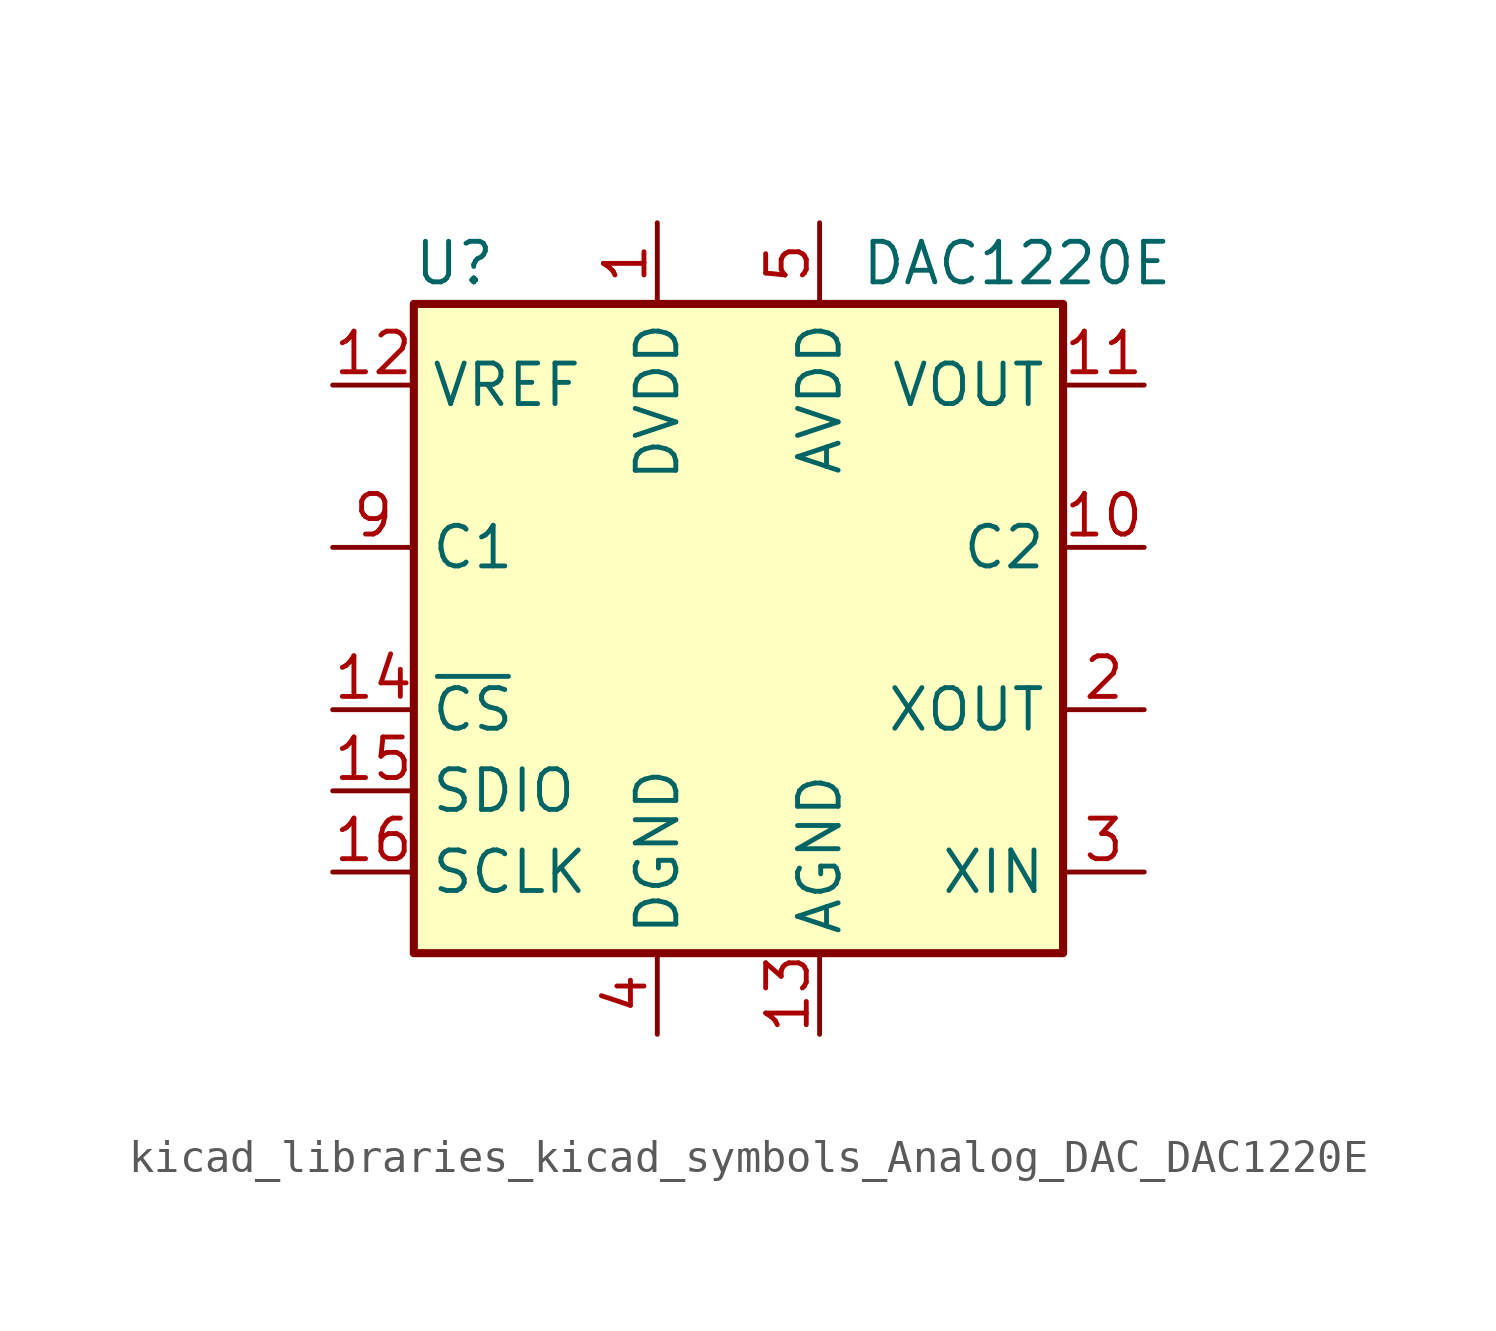
<source format=kicad_sym>
(kicad_symbol_lib
  (version 20220914)
  (generator kicad_symbol_editor)
  (symbol "kicad_libraries_kicad_symbols_Analog_DAC_DAC1220E"
    (property "Reference" "U"
      (at -8.89 11.43 0)
      (effects (font (size 1.27 1.27))))
    (property "Value" "DAC1220E"
      (at 3.81 11.43 0)
      (effects (font (size 1.27 1.27)) (justify left)))
    (symbol "kicad_libraries_kicad_symbols_Analog_DAC_DAC1220E_0_1"
      (rectangle (start -10.16 10.16) (end 10.16 -10.16) (stroke (width 0.254) (type default)) (fill (type background))))
    (symbol "kicad_libraries_kicad_symbols_Analog_DAC_DAC1220E_1_1"
      (pin power_in line (at -2.54 12.7 270) (length 2.54) (name "DVDD" (effects (font (size 1.27 1.27)))) (number "1" (effects (font (size 1.27 1.27)))))
      (pin passive line (at 12.7 2.54 180) (length 2.54) (name "C2" (effects (font (size 1.27 1.27)))) (number "10" (effects (font (size 1.27 1.27)))))
      (pin output line (at 12.7 7.62 180) (length 2.54) (name "VOUT" (effects (font (size 1.27 1.27)))) (number "11" (effects (font (size 1.27 1.27)))))
      (pin input line (at -12.7 7.62 0) (length 2.54) (name "VREF" (effects (font (size 1.27 1.27)))) (number "12" (effects (font (size 1.27 1.27)))))
      (pin power_in line (at 2.54 -12.7 90) (length 2.54) (name "AGND" (effects (font (size 1.27 1.27)))) (number "13" (effects (font (size 1.27 1.27)))))
      (pin input line (at -12.7 -2.54 0) (length 2.54) (name "~{CS}" (effects (font (size 1.27 1.27)))) (number "14" (effects (font (size 1.27 1.27)))))
      (pin bidirectional line (at -12.7 -5.08 0) (length 2.54) (name "SDIO" (effects (font (size 1.27 1.27)))) (number "15" (effects (font (size 1.27 1.27)))))
      (pin input line (at -12.7 -7.62 0) (length 2.54) (name "SCLK" (effects (font (size 1.27 1.27)))) (number "16" (effects (font (size 1.27 1.27)))))
      (pin output line (at 12.7 -2.54 180) (length 2.54) (name "XOUT" (effects (font (size 1.27 1.27)))) (number "2" (effects (font (size 1.27 1.27)))))
      (pin input line (at 12.7 -7.62 180) (length 2.54) (name "XIN" (effects (font (size 1.27 1.27)))) (number "3" (effects (font (size 1.27 1.27)))))
      (pin power_in line (at -2.54 -12.7 90) (length 2.54) (name "DGND" (effects (font (size 1.27 1.27)))) (number "4" (effects (font (size 1.27 1.27)))))
      (pin power_in line (at 2.54 12.7 270) (length 2.54) (name "AVDD" (effects (font (size 1.27 1.27)))) (number "5" (effects (font (size 1.27 1.27)))))
      (pin no_connect line (at 10.16 5.08 180) (length 2.54) hide (name "DNC" (effects (font (size 1.27 1.27)))) (number "6" (effects (font (size 1.27 1.27)))))
      (pin no_connect line (at 10.16 0 180) (length 2.54) hide (name "DNC" (effects (font (size 1.27 1.27)))) (number "7" (effects (font (size 1.27 1.27)))))
      (pin no_connect line (at 10.16 -5.08 180) (length 2.54) hide (name "DNC" (effects (font (size 1.27 1.27)))) (number "8" (effects (font (size 1.27 1.27)))))
      (pin passive line (at -12.7 2.54 0) (length 2.54) (name "C1" (effects (font (size 1.27 1.27)))) (number "9" (effects (font (size 1.27 1.27))))))))
</source>
